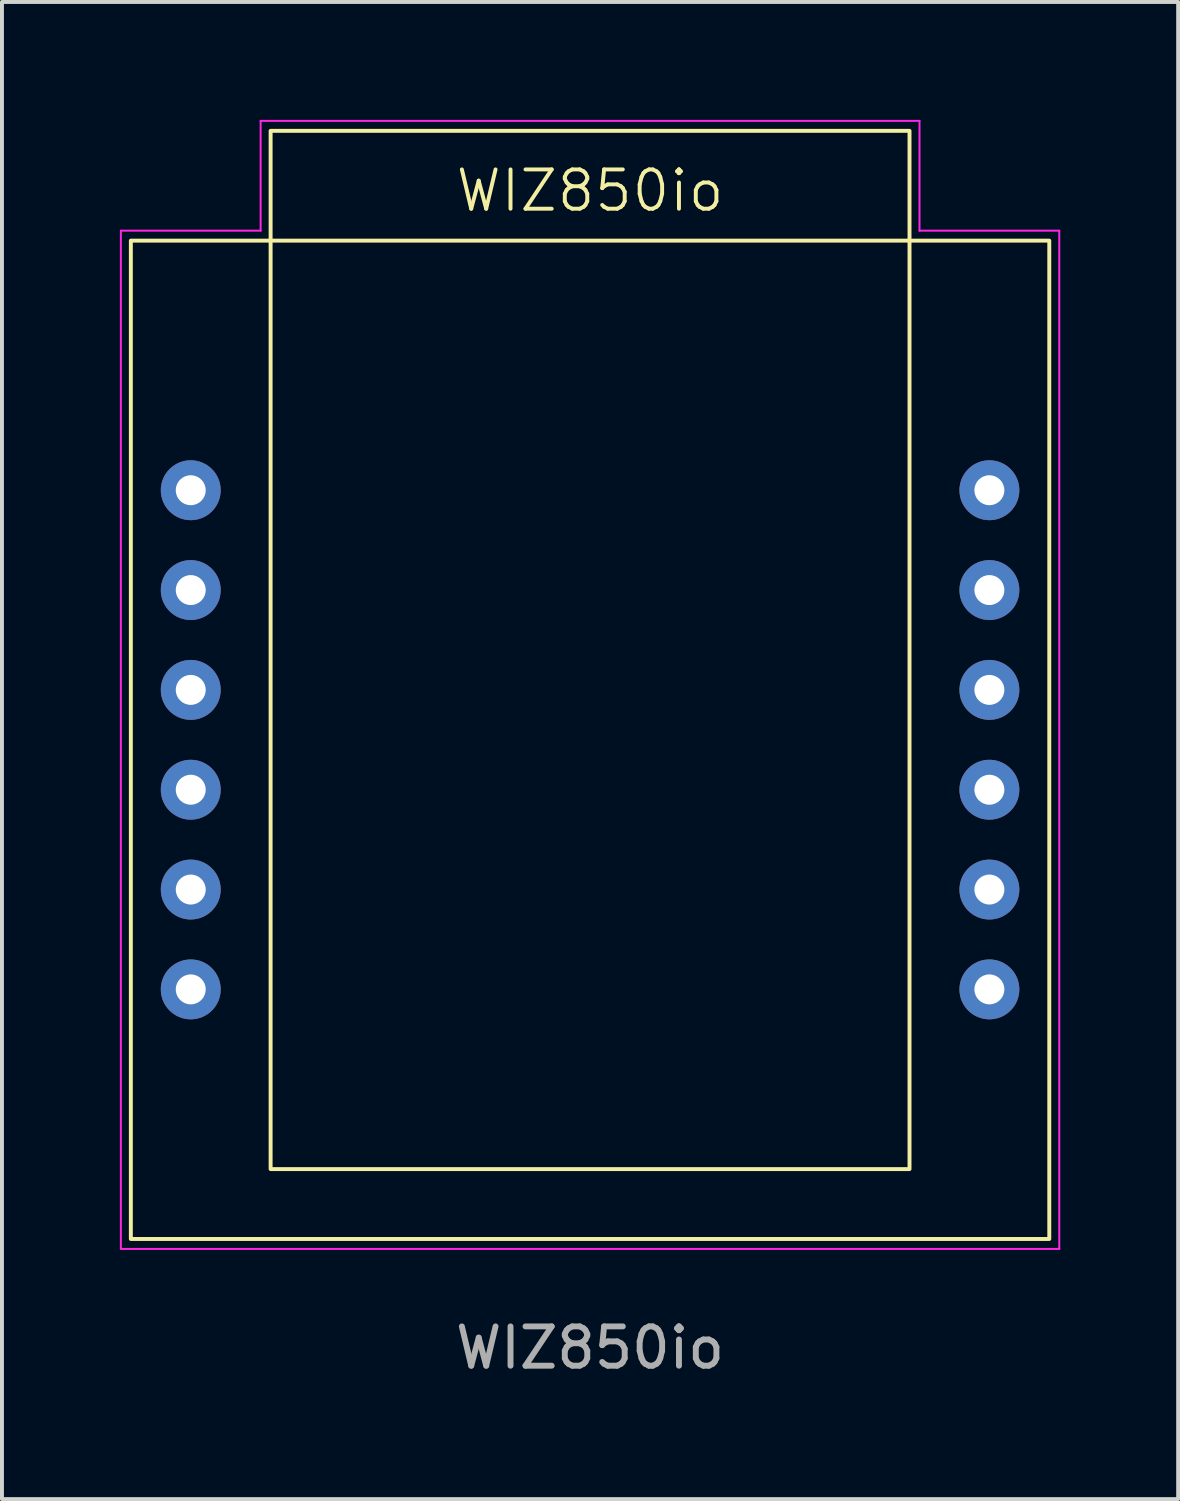
<source format=kicad_pcb>
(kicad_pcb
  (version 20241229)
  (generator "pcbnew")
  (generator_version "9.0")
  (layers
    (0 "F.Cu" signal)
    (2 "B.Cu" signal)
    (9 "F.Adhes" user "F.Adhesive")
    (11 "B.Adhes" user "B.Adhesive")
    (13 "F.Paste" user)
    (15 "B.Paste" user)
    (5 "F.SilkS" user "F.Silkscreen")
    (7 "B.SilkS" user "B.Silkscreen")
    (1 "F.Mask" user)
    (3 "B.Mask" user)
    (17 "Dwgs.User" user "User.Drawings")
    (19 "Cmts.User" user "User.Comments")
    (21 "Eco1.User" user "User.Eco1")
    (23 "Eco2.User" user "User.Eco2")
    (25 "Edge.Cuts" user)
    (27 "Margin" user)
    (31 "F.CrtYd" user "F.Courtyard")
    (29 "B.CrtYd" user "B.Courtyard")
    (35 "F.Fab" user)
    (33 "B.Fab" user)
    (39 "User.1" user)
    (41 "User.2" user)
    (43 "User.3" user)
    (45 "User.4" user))
  (footprint "WIZ850io"
    (layer "F.Cu")
    (at 11.963 17.043)
    (property "Reference" "WIZ850io" (at 0 -15.24 0) (unlocked yes) (layer "F.SilkS") (effects (font (size 1 1) (thickness 0.1))))
    (attr through_hole)
    (fp_rect (start -11.684 -13.97) (end 11.684 11.43) (stroke (width 0.1) (type default)) (fill no) (layer "F.SilkS"))
    (fp_rect (start -8.128 -16.764) (end 8.128 9.652) (stroke (width 0.1) (type default)) (fill no) (layer "F.SilkS"))
    (fp_line (start -11.938 -14.224) (end -8.382 -14.224) (stroke (width 0.05) (type default)) (layer "F.CrtYd"))
    (fp_line (start -11.938 11.684) (end -11.938 -14.224) (stroke (width 0.05) (type default)) (layer "F.CrtYd"))
    (fp_line (start -8.382 -17.018) (end 8.382 -17.018) (stroke (width 0.05) (type default)) (layer "F.CrtYd"))
    (fp_line (start -8.382 -14.224) (end -8.382 -17.018) (stroke (width 0.05) (type default)) (layer "F.CrtYd"))
    (fp_line (start 8.382 -17.018) (end 8.382 -14.224) (stroke (width 0.05) (type default)) (layer "F.CrtYd"))
    (fp_line (start 8.382 -14.224) (end 11.938 -14.224) (stroke (width 0.05) (type default)) (layer "F.CrtYd"))
    (fp_line (start 11.938 -14.224) (end 11.938 11.684) (stroke (width 0.05) (type default)) (layer "F.CrtYd"))
    (fp_line (start 11.938 11.684) (end -11.938 11.684) (stroke (width 0.05) (type default)) (layer "F.CrtYd"))
    (fp_text user "${REFERENCE}" (at 0 14.2 0) (unlocked yes) (layer "F.Fab") (effects (font (size 1 1) (thickness 0.15))))
    (pad "1" thru_hole circle (at -10.16 -7.62) (size 1.524 1.524) (drill 0.762) (layers "*.Cu" "*.Mask"))
    (pad "2" thru_hole circle (at -10.16 -5.08) (size 1.524 1.524) (drill 0.762) (layers "*.Cu" "*.Mask"))
    (pad "3" thru_hole circle (at -10.16 -2.54) (size 1.524 1.524) (drill 0.762) (layers "*.Cu" "*.Mask"))
    (pad "4" thru_hole circle (at -10.16 0) (size 1.524 1.524) (drill 0.762) (layers "*.Cu" "*.Mask"))
    (pad "5" thru_hole circle (at -10.16 2.54) (size 1.524 1.524) (drill 0.762) (layers "*.Cu" "*.Mask"))
    (pad "6" thru_hole circle (at -10.16 5.08) (size 1.524 1.524) (drill 0.762) (layers "*.Cu" "*.Mask"))
    (pad "7" thru_hole circle (at 10.16 5.08) (size 1.524 1.524) (drill 0.762) (layers "*.Cu" "*.Mask"))
    (pad "8" thru_hole circle (at 10.16 2.54) (size 1.524 1.524) (drill 0.762) (layers "*.Cu" "*.Mask"))
    (pad "9" thru_hole circle (at 10.16 0) (size 1.524 1.524) (drill 0.762) (layers "*.Cu" "*.Mask"))
    (pad "10" thru_hole circle (at 10.16 -2.54) (size 1.524 1.524) (drill 0.762) (layers "*.Cu" "*.Mask"))
    (pad "11" thru_hole circle (at 10.16 -5.08) (size 1.524 1.524) (drill 0.762) (layers "*.Cu" "*.Mask"))
    (pad "12" thru_hole circle (at 10.16 -7.62) (size 1.524 1.524) (drill 0.762) (layers "*.Cu" "*.Mask")))
  (gr_rect
    (start -3 -3)
    (end 26.926 35.091)
    (stroke (width 0.1) (type default))
    (fill no)
    (layer "Edge.Cuts")))
</source>
